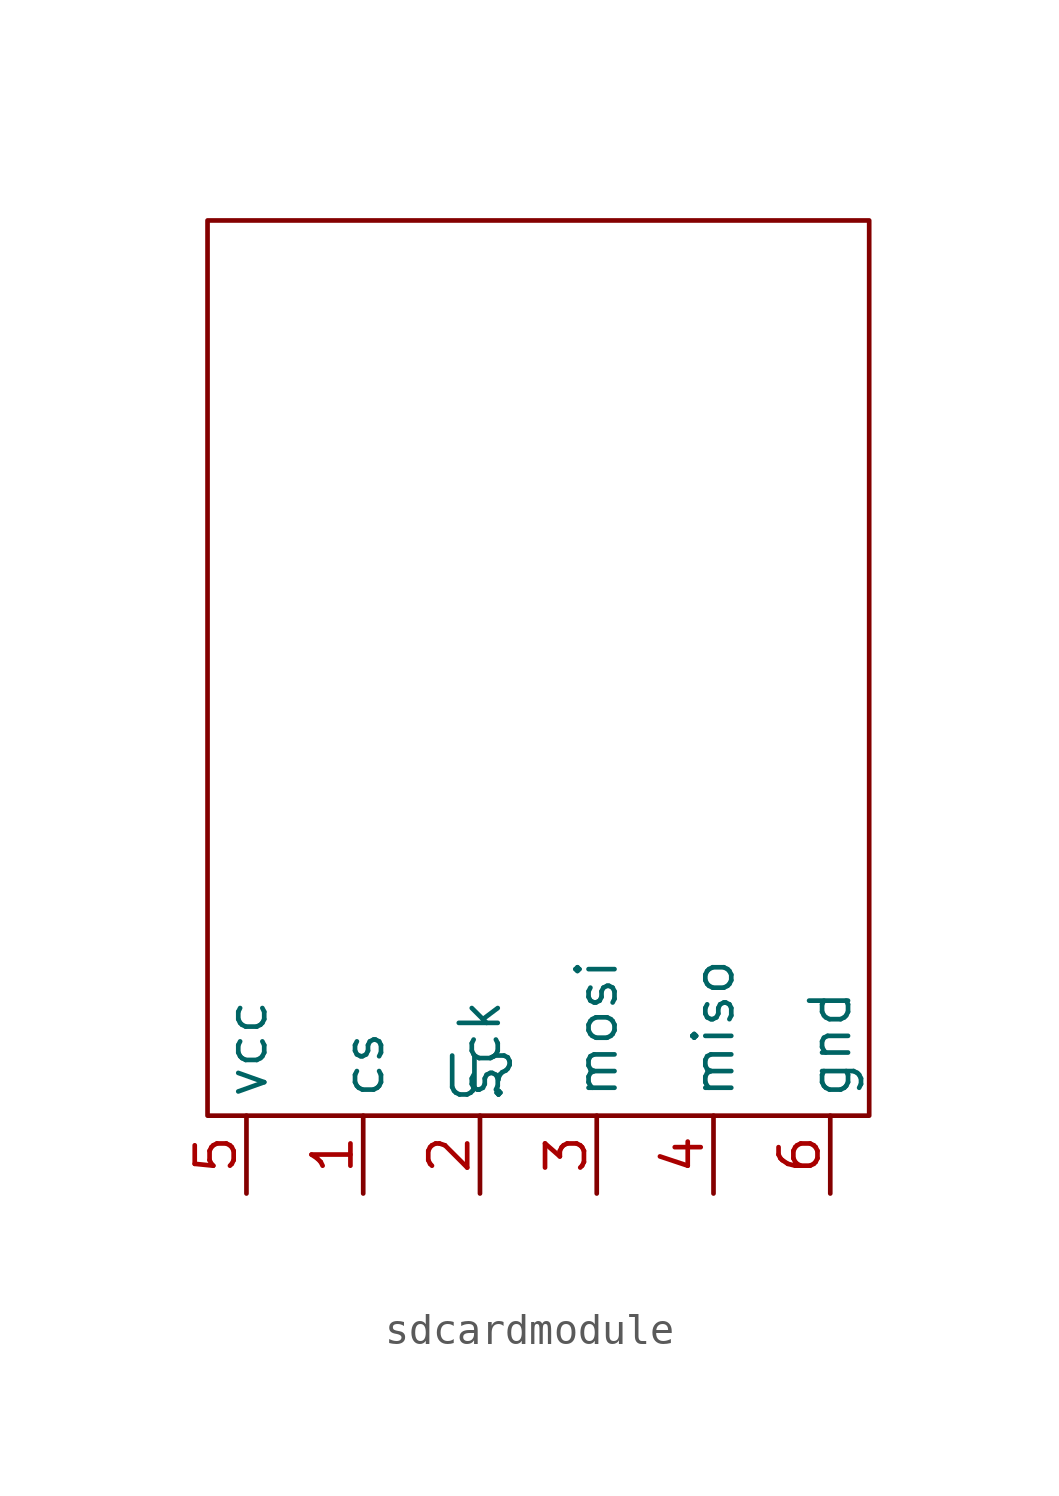
<source format=kicad_sym>
(kicad_symbol_lib
  (version 20241209)
  (generator "kicad_symbol_editor")
  (generator_version "9.0")
  (symbol "sdcardmodule"
    (property "Reference" "U"
      (at 0 0 0)
      (effects (font (size 1.27 1.27))))
    (property "Value" ""
      (at 0 0 0)
      (effects (font (size 1.27 1.27))))
    (symbol "sdcardmodule_0_1"
      (rectangle (start -8.89 -1.27) (end 12.7 27.94) (stroke (width 0) (type default)) (fill (type none))))
    (symbol "sdcardmodule_1_1"
      (pin power_in line (at -7.62 -3.81 90) (length 2.54) (name "vcc" (effects (font (size 1.27 1.27)))) (number "5" (effects (font (size 1.27 1.27)))))
      (pin input line (at -3.81 -3.81 90) (length 2.54) (name "cs" (effects (font (size 1.27 1.27)))) (number "1" (effects (font (size 1.27 1.27)))))
      (pin input line (at 0 -3.81 90) (length 2.54) (name "sck" (effects (font (size 1.27 1.27)))) (number "2" (effects (font (size 1.27 1.27)))))
      (pin input line (at 3.81 -3.81 90) (length 2.54) (name "mosi" (effects (font (size 1.27 1.27)))) (number "3" (effects (font (size 1.27 1.27)))))
      (pin output line (at 7.62 -3.81 90) (length 2.54) (name "miso" (effects (font (size 1.27 1.27)))) (number "4" (effects (font (size 1.27 1.27)))))
      (pin power_in line (at 11.43 -3.81 90) (length 2.54) (name "gnd" (effects (font (size 1.27 1.27)))) (number "6" (effects (font (size 1.27 1.27))))))))
</source>
